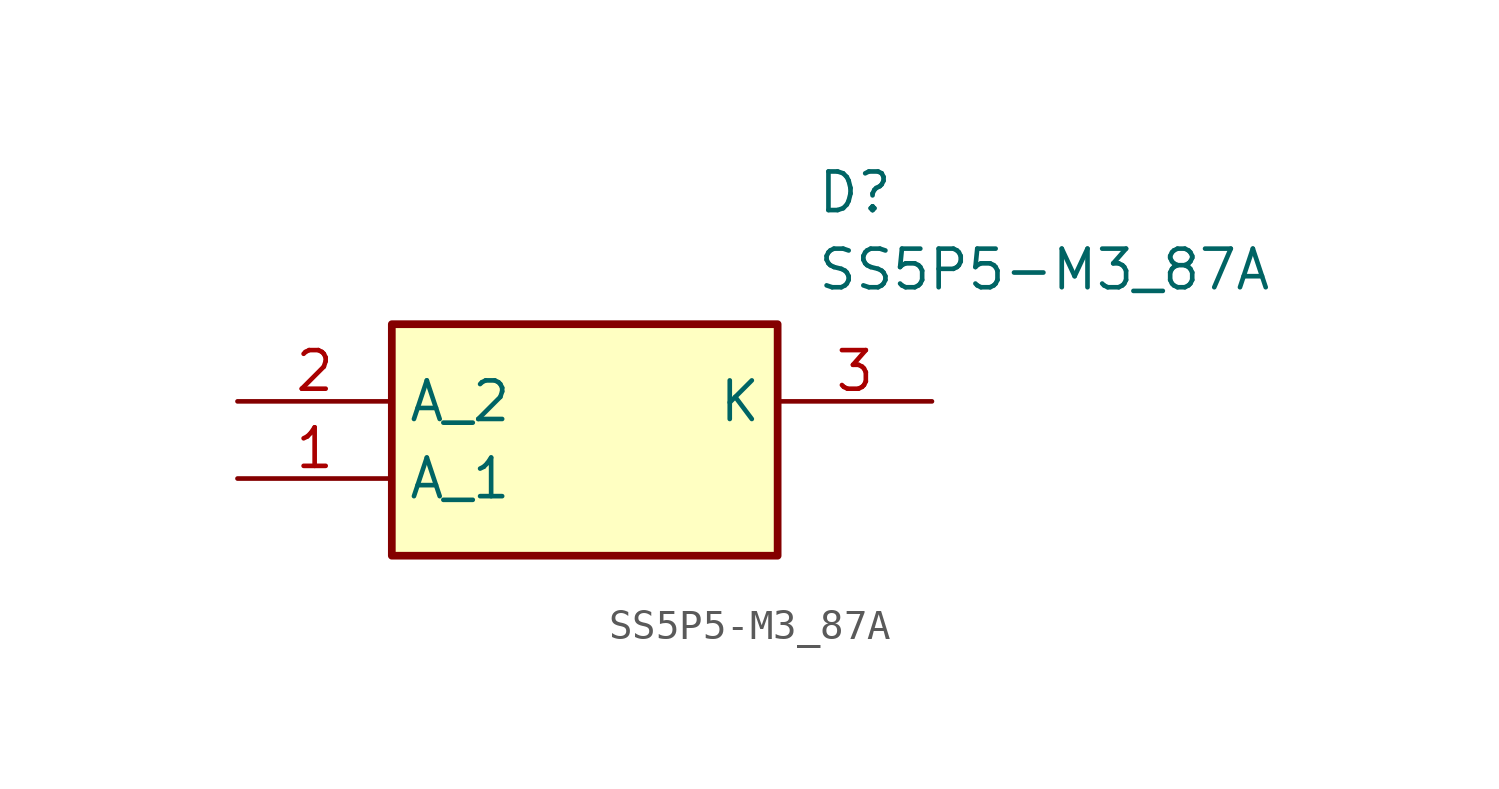
<source format=kicad_sym>
(kicad_symbol_lib
  (version 20241209)
  (generator "kicad_symbol_editor")
  (generator_version "9.0")
  (symbol "SS5P5-M3_87A"
    (property "Reference" "D"
      (at 19.05 7.62 0)
      (effects (font (size 1.27 1.27)) (justify left top)))
    (property "Value" "SS5P5-M3_87A"
      (at 19.05 5.08 0)
      (effects (font (size 1.27 1.27)) (justify left top)))
    (symbol "SS5P5-M3_87A_1_1"
      (rectangle (start 5.08 2.54) (end 17.78 -5.08) (stroke (width 0.254) (type default)) (fill (type background)))
      (pin passive line (at 0 0 0) (length 5.08) (name "A_2" (effects (font (size 1.27 1.27)))) (number "2" (effects (font (size 1.27 1.27)))))
      (pin passive line (at 0 -2.54 0) (length 5.08) (name "A_1" (effects (font (size 1.27 1.27)))) (number "1" (effects (font (size 1.27 1.27)))))
      (pin passive line (at 22.86 0 180) (length 5.08) (name "K" (effects (font (size 1.27 1.27)))) (number "3" (effects (font (size 1.27 1.27))))))))
</source>
